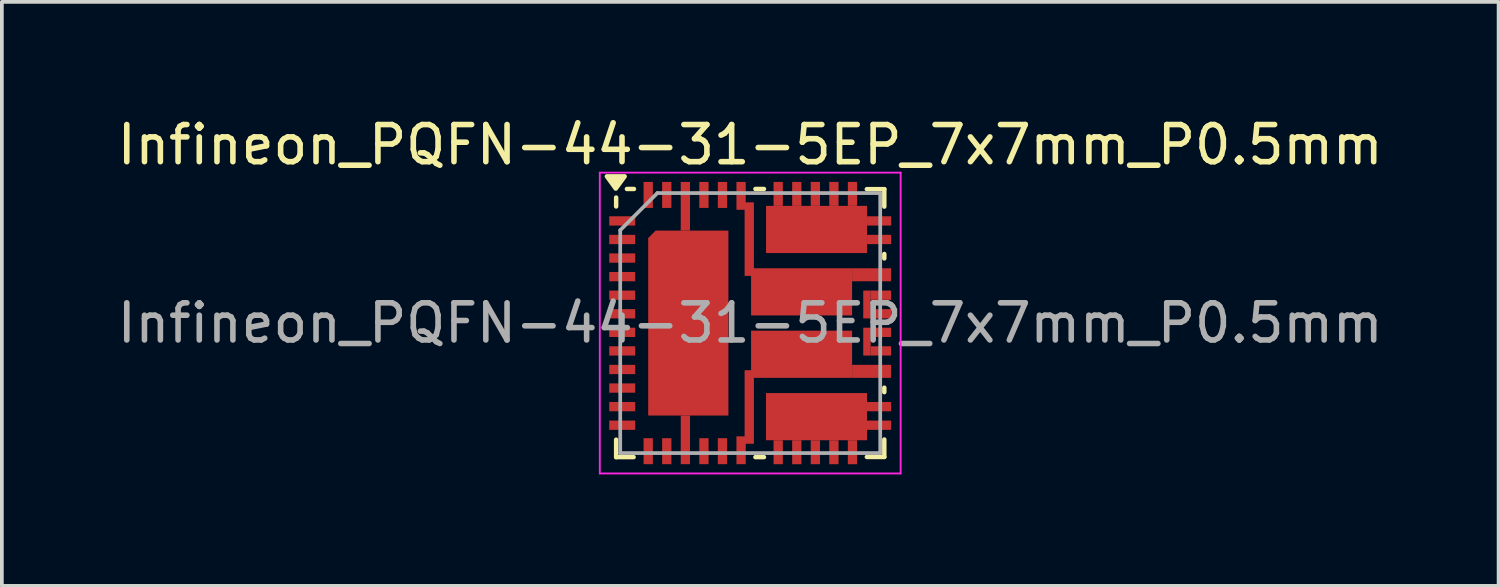
<source format=kicad_pcb>
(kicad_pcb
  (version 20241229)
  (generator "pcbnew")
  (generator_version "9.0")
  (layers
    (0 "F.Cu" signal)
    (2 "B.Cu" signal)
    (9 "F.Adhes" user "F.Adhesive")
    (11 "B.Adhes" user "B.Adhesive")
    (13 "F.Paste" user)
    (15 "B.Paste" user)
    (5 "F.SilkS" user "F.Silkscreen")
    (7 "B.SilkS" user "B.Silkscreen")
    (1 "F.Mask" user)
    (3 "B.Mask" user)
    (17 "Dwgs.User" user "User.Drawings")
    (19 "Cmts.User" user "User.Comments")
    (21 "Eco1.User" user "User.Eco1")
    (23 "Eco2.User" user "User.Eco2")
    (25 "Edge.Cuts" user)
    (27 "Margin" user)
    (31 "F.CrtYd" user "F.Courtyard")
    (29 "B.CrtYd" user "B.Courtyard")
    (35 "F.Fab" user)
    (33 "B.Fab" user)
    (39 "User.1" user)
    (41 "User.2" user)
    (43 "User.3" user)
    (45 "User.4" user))
  (footprint "Infineon_PQFN-44-31-5EP_7x7mm_P0.5mm"
    (layer "F.Cu")
    (at 17.149 5.648)
    (property "Reference" "Infineon_PQFN-44-31-5EP_7x7mm_P0.5mm" (at 0 -4.8 0) (layer "F.SilkS") (effects (font (size 1 1) (thickness 0.15))))
    (attr smd)
    (fp_line (start -3.61 -3.38) (end -3.61 -3.14) (stroke (width 0.12) (type solid)) (layer "F.SilkS"))
    (fp_line (start -3.61 3.61) (end -3.61 3.14) (stroke (width 0.12) (type solid)) (layer "F.SilkS"))
    (fp_line (start -3.14 3.61) (end -3.61 3.61) (stroke (width 0.12) (type solid)) (layer "F.SilkS"))
    (fp_line (start -3.13 -3.61) (end -3.32 -3.61) (stroke (width 0.12) (type solid)) (layer "F.SilkS"))
    (fp_line (start 0.14 -3.61) (end 0.37 -3.61) (stroke (width 0.12) (type solid)) (layer "F.SilkS"))
    (fp_line (start 0.14 3.61) (end 0.37 3.61) (stroke (width 0.12) (type solid)) (layer "F.SilkS"))
    (fp_line (start 3.61 -3.605) (end 3.14 -3.605) (stroke (width 0.12) (type solid)) (layer "F.SilkS"))
    (fp_line (start 3.61 -3.605) (end 3.61 -3.135) (stroke (width 0.12) (type solid)) (layer "F.SilkS"))
    (fp_line (start 3.61 -1.86) (end 3.61 -1.74) (stroke (width 0.12) (type solid)) (layer "F.SilkS"))
    (fp_line (start 3.61 1.86) (end 3.61 1.74) (stroke (width 0.12) (type solid)) (layer "F.SilkS"))
    (fp_line (start 3.61 3.135) (end 3.61 3.605) (stroke (width 0.12) (type solid)) (layer "F.SilkS"))
    (fp_line (start 3.61 3.605) (end 3.14 3.605) (stroke (width 0.12) (type solid)) (layer "F.SilkS"))
    (fp_poly (pts (xy -3.62 -3.62) (xy -3.86 -3.95) (xy -3.38 -3.95) (xy -3.62 -3.62)) (stroke (width 0.12) (type solid)) (fill yes) (layer "F.SilkS"))
    (fp_line (start -4.05 -4.05) (end -4.05 4.05) (stroke (width 0.05) (type solid)) (layer "F.CrtYd"))
    (fp_line (start -4.05 4.05) (end 4.05 4.05) (stroke (width 0.05) (type solid)) (layer "F.CrtYd"))
    (fp_line (start 4.05 -4.05) (end -4.05 -4.05) (stroke (width 0.05) (type solid)) (layer "F.CrtYd"))
    (fp_line (start 4.05 4.05) (end 4.05 -4.05) (stroke (width 0.05) (type solid)) (layer "F.CrtYd"))
    (fp_line (start -3.5 3.5) (end -3.5 -2.5) (stroke (width 0.1) (type solid)) (layer "F.Fab"))
    (fp_line (start -2.5 -3.5) (end -3.5 -2.5) (stroke (width 0.1) (type solid)) (layer "F.Fab"))
    (fp_line (start -2.5 -3.5) (end 3.5 -3.5) (stroke (width 0.1) (type solid)) (layer "F.Fab"))
    (fp_line (start 3.5 -3.5) (end 3.5 3.5) (stroke (width 0.1) (type solid)) (layer "F.Fab"))
    (fp_line (start 3.5 3.5) (end -3.5 3.5) (stroke (width 0.1) (type solid)) (layer "F.Fab"))
    (fp_text user "${REFERENCE}" (at 0 0 0) (layer "F.Fab") (effects (font (size 1 1) (thickness 0.15))))
    (pad "" smd rect (at -3.321 -2.75) (size 0.39 0.22) (layers "F.Paste"))
    (pad "" smd rect (at -3.321 -2.25) (size 0.39 0.22) (layers "F.Paste"))
    (pad "" smd rect (at -3.321 -1.75) (size 0.39 0.22) (layers "F.Paste"))
    (pad "" smd rect (at -3.321 -1.25) (size 0.39 0.22) (layers "F.Paste"))
    (pad "" smd rect (at -3.321 -0.75) (size 0.39 0.22) (layers "F.Paste"))
    (pad "" smd rect (at -3.321 -0.25) (size 0.39 0.22) (layers "F.Paste"))
    (pad "" smd rect (at -3.321 0.25) (size 0.39 0.22) (layers "F.Paste"))
    (pad "" smd rect (at -3.321 0.75) (size 0.39 0.22) (layers "F.Paste"))
    (pad "" smd rect (at -3.321 1.25) (size 0.39 0.22) (layers "F.Paste"))
    (pad "" smd rect (at -3.321 1.75) (size 0.39 0.22) (layers "F.Paste"))
    (pad "" smd rect (at -3.321 2.25) (size 0.39 0.22) (layers "F.Paste"))
    (pad "" smd rect (at -3.321 2.75) (size 0.39 0.22) (layers "F.Paste"))
    (pad "" smd rect (at -2.747 -3.325) (size 0.22 0.39) (layers "F.Paste"))
    (pad "" smd rect (at -2.747 3.325) (size 0.22 0.39) (layers "F.Paste"))
    (pad "" smd rect (at -2.247 -3.325) (size 0.22 0.39) (layers "F.Paste"))
    (pad "" smd rect (at -2.247 3.325) (size 0.22 0.39) (layers "F.Paste"))
    (pad "" smd rect (at -2.207 -1.76) (size 0.77 0.93) (layers "F.Mask" "F.Paste"))
    (pad "" smd rect (at -2.207 -0.52) (size 0.77 0.93) (layers "F.Mask" "F.Paste"))
    (pad "" smd rect (at -2.207 0.72) (size 0.77 0.93) (layers "F.Mask" "F.Paste"))
    (pad "" smd rect (at -2.207 1.96) (size 0.77 0.93) (layers "F.Mask" "F.Paste"))
    (pad "" smd rect (at -1.746 -3.015) (size 0.23 1.01) (layers "F.Paste"))
    (pad "" smd rect (at -1.746 3.015) (size 0.23 1.01) (layers "F.Paste"))
    (pad "" smd rect (at -1.246 -3.325) (size 0.22 0.39) (layers "F.Paste"))
    (pad "" smd rect (at -1.246 3.325) (size 0.22 0.39) (layers "F.Paste"))
    (pad "" smd rect (at -1.127 -1.76) (size 0.77 0.93) (layers "F.Mask" "F.Paste"))
    (pad "" smd rect (at -1.127 -0.52) (size 0.77 0.93) (layers "F.Mask" "F.Paste"))
    (pad "" smd rect (at -1.127 0.72) (size 0.77 0.93) (layers "F.Mask" "F.Paste"))
    (pad "" smd rect (at -1.127 1.96) (size 0.77 0.93) (layers "F.Mask" "F.Paste"))
    (pad "" smd rect (at -0.747 -3.325) (size 0.22 0.39) (layers "F.Paste"))
    (pad "" smd rect (at -0.747 3.325) (size 0.22 0.39) (layers "F.Paste"))
    (pad "" smd rect (at -0.246 -3.28) (size 0.23 0.44) (layers "F.Paste"))
    (pad "" smd rect (at -0.246 3.28) (size 0.23 0.44) (layers "F.Paste"))
    (pad "" smd rect (at -0.026 -3.07) (size 0.21 0.34) (layers "F.Paste"))
    (pad "" smd rect (at -0.026 -2.37) (size 0.21 0.34) (layers "F.Paste"))
    (pad "" smd rect (at -0.026 -1.67) (size 0.21 0.34) (layers "F.Paste"))
    (pad "" smd rect (at -0.026 1.67) (size 0.21 0.34) (layers "F.Paste"))
    (pad "" smd rect (at -0.026 2.37) (size 0.21 0.34) (layers "F.Paste"))
    (pad "" smd rect (at -0.026 3.07) (size 0.21 0.34) (layers "F.Paste"))
    (pad "" smd rect (at 0.473 -0.84) (size 0.68 0.9) (layers "F.Mask" "F.Paste"))
    (pad "" smd rect (at 0.473 0.84) (size 0.68 0.9) (layers "F.Mask" "F.Paste"))
    (pad "" smd rect (at 0.753 -3.325) (size 0.22 0.35) (layers "F.Mask" "F.Paste"))
    (pad "" smd rect (at 0.753 3.325) (size 0.22 0.35) (layers "F.Mask" "F.Paste"))
    (pad "" smd rect (at 0.876 -2.515) (size 0.65 0.9) (layers "F.Mask" "F.Paste"))
    (pad "" smd rect (at 0.876 2.515) (size 0.65 0.9) (layers "F.Mask" "F.Paste"))
    (pad "" smd rect (at 1.254 -3.325) (size 0.22 0.35) (layers "F.Mask" "F.Paste"))
    (pad "" smd rect (at 1.254 3.325) (size 0.22 0.35) (layers "F.Mask" "F.Paste"))
    (pad "" smd rect (at 1.383 -0.84) (size 0.68 0.9) (layers "F.Mask" "F.Paste"))
    (pad "" smd rect (at 1.383 0.84) (size 0.68 0.9) (layers "F.Mask" "F.Paste"))
    (pad "" smd rect (at 1.754 -3.325) (size 0.22 0.35) (layers "F.Mask" "F.Paste"))
    (pad "" smd rect (at 1.754 3.325) (size 0.22 0.35) (layers "F.Mask" "F.Paste"))
    (pad "" smd rect (at 1.786 -2.515) (size 0.65 0.9) (layers "F.Mask" "F.Paste"))
    (pad "" smd rect (at 1.786 2.515) (size 0.65 0.9) (layers "F.Mask" "F.Paste"))
    (pad "" smd rect (at 2.253 -3.325) (size 0.22 0.35) (layers "F.Mask" "F.Paste"))
    (pad "" smd rect (at 2.253 3.325) (size 0.22 0.35) (layers "F.Mask" "F.Paste"))
    (pad "" smd rect (at 2.293 -0.84) (size 0.68 0.9) (layers "F.Mask" "F.Paste"))
    (pad "" smd rect (at 2.293 0.84) (size 0.68 0.9) (layers "F.Mask" "F.Paste"))
    (pad "" smd rect (at 2.696 -2.515) (size 0.65 0.9) (layers "F.Mask" "F.Paste"))
    (pad "" smd rect (at 2.696 2.515) (size 0.65 0.9) (layers "F.Mask" "F.Paste"))
    (pad "" smd rect (at 2.753 -3.325) (size 0.22 0.35) (layers "F.Mask" "F.Paste"))
    (pad "" smd rect (at 2.753 3.325) (size 0.22 0.35) (layers "F.Mask" "F.Paste"))
    (pad "" smd rect (at 3.163 -1.3) (size 0.68 0.22) (layers "F.Mask" "F.Paste"))
    (pad "" smd rect (at 3.163 1.3) (size 0.68 0.22) (layers "F.Mask" "F.Paste"))
    (pad "" smd rect (at 3.284 -0.75) (size 0.44 0.22) (layers "F.Mask" "F.Paste"))
    (pad "" smd rect (at 3.284 -0.25) (size 0.44 0.22) (layers "F.Mask" "F.Paste"))
    (pad "" smd rect (at 3.284 0.25) (size 0.44 0.22) (layers "F.Mask" "F.Paste"))
    (pad "" smd rect (at 3.284 0.75) (size 0.44 0.22) (layers "F.Mask" "F.Paste"))
    (pad "" smd rect (at 3.364 -2.75) (size 0.28 0.22) (layers "F.Mask" "F.Paste"))
    (pad "" smd rect (at 3.364 -2.25) (size 0.28 0.22) (layers "F.Mask" "F.Paste"))
    (pad "" smd rect (at 3.364 2.25) (size 0.28 0.22) (layers "F.Mask" "F.Paste"))
    (pad "" smd rect (at 3.364 2.75) (size 0.28 0.22) (layers "F.Mask" "F.Paste"))
    (pad "1" smd rect (at -3.446 -2.75) (size 0.7 0.25) (layers "F.Cu" "F.Mask"))
    (pad "2" smd rect (at -3.446 -2.25) (size 0.7 0.25) (layers "F.Cu" "F.Mask"))
    (pad "3" smd rect (at -3.446 -1.75) (size 0.7 0.25) (layers "F.Cu" "F.Mask"))
    (pad "4" smd rect (at -3.446 -1.25) (size 0.7 0.25) (layers "F.Cu" "F.Mask"))
    (pad "5" smd rect (at -3.446 -0.75) (size 0.7 0.25) (layers "F.Cu" "F.Mask"))
    (pad "6" smd rect (at -3.446 -0.25) (size 0.7 0.25) (layers "F.Cu" "F.Mask"))
    (pad "7" smd rect (at -3.446 0.25) (size 0.7 0.25) (layers "F.Cu" "F.Mask"))
    (pad "8" smd rect (at -3.446 0.75) (size 0.7 0.25) (layers "F.Cu" "F.Mask"))
    (pad "9" smd rect (at -3.446 1.25) (size 0.7 0.25) (layers "F.Cu" "F.Mask"))
    (pad "10" smd rect (at -3.446 1.75) (size 0.7 0.25) (layers "F.Cu" "F.Mask"))
    (pad "11" smd rect (at -3.446 2.25) (size 0.7 0.25) (layers "F.Cu" "F.Mask"))
    (pad "12" smd rect (at -3.446 2.75) (size 0.7 0.25) (layers "F.Cu" "F.Mask"))
    (pad "13" smd rect (at -2.747 3.45) (size 0.25 0.7) (layers "F.Cu" "F.Mask"))
    (pad "14" smd rect (at -2.247 3.45) (size 0.25 0.7) (layers "F.Cu" "F.Mask"))
    (pad "16" smd rect (at -1.246 3.45) (size 0.25 0.7) (layers "F.Cu" "F.Mask"))
    (pad "17" smd rect (at -0.747 3.45) (size 0.25 0.7) (layers "F.Cu" "F.Mask"))
    (pad "19" smd rect (at 0.753 3.478) (size 0.25 0.645) (layers "F.Cu" "F.Mask"))
    (pad "19" smd rect (at 1.254 3.478) (size 0.25 0.645) (layers "F.Cu" "F.Mask"))
    (pad "19" smd rect (at 1.754 3.478) (size 0.25 0.645) (layers "F.Cu" "F.Mask"))
    (pad "19" smd rect (at 1.784 2.52) (size 2.72 1.27) (layers "F.Cu" "F.Mask"))
    (pad "19" smd rect (at 2.253 3.478) (size 0.25 0.645) (layers "F.Cu" "F.Mask"))
    (pad "19" smd rect (at 2.753 3.478) (size 0.25 0.645) (layers "F.Cu" "F.Mask"))
    (pad "19" smd rect (at 3.469 2.25) (size 0.65 0.25) (layers "F.Cu" "F.Mask"))
    (pad "19" smd rect (at 3.469 2.75) (size 0.65 0.25) (layers "F.Cu" "F.Mask"))
    (pad "20" smd rect (at -0.246 3.425) (size 0.25 0.75) (layers "F.Cu" "F.Mask"))
    (pad "20" smd rect (at -0.026 2.26) (size 0.25 1.98) (layers "F.Cu" "F.Mask"))
    (pad "20" smd rect (at 1.383 0.84) (size 2.72 1.27) (layers "F.Cu" "F.Mask"))
    (pad "20" smd rect (at 3.268 1.3) (size 1.05 0.35) (layers "F.Cu" "F.Mask"))
    (pad "21" smd rect (at 3.143 0.5) (size 0.2 0.75) (layers "F.Cu" "F.Mask"))
    (pad "21" smd rect (at 3.518 0.25) (size 0.55 0.25) (layers "F.Cu" "F.Mask"))
    (pad "21" smd rect (at 3.518 0.75) (size 0.55 0.25) (layers "F.Cu" "F.Mask"))
    (pad "22" smd rect (at 3.143 -0.5) (size 0.2 0.75) (layers "F.Cu" "F.Mask"))
    (pad "22" smd rect (at 3.518 -0.75) (size 0.55 0.25) (layers "F.Cu" "F.Mask"))
    (pad "22" smd rect (at 3.518 -0.25) (size 0.55 0.25) (layers "F.Cu" "F.Mask"))
    (pad "23" smd rect (at -0.246 -3.425) (size 0.25 0.75) (layers "F.Cu" "F.Mask"))
    (pad "23" smd rect (at -0.026 -2.26) (size 0.25 1.98) (layers "F.Cu" "F.Mask"))
    (pad "23" smd rect (at 1.383 -0.84) (size 2.72 1.27) (layers "F.Cu" "F.Mask"))
    (pad "23" smd rect (at 3.268 -1.3) (size 1.05 0.35) (layers "F.Cu" "F.Mask"))
    (pad "24" smd rect (at 0.753 -3.478) (size 0.25 0.645) (layers "F.Cu" "F.Mask"))
    (pad "24" smd rect (at 1.254 -3.478) (size 0.25 0.645) (layers "F.Cu" "F.Mask"))
    (pad "24" smd rect (at 1.754 -3.478) (size 0.25 0.645) (layers "F.Cu" "F.Mask"))
    (pad "24" smd rect (at 1.786 -2.52) (size 2.72 1.27) (layers "F.Cu" "F.Mask"))
    (pad "24" smd rect (at 2.253 -3.478) (size 0.25 0.645) (layers "F.Cu" "F.Mask"))
    (pad "24" smd rect (at 2.753 -3.478) (size 0.25 0.645) (layers "F.Cu" "F.Mask"))
    (pad "24" smd rect (at 3.471 -2.75) (size 0.65 0.25) (layers "F.Cu" "F.Mask"))
    (pad "24" smd rect (at 3.471 -2.25) (size 0.65 0.25) (layers "F.Cu" "F.Mask"))
    (pad "26" smd rect (at -0.747 -3.45) (size 0.25 0.7) (layers "F.Cu" "F.Mask"))
    (pad "27" smd rect (at -1.246 -3.45) (size 0.25 0.7) (layers "F.Cu" "F.Mask"))
    (pad "29" smd rect (at -2.247 -3.45) (size 0.25 0.7) (layers "F.Cu" "F.Mask"))
    (pad "30" smd rect (at -2.747 -3.45) (size 0.25 0.7) (layers "F.Cu" "F.Mask"))
    (pad "31" smd rect (at -2.546 -2.29 45) (size 0.283 0.283) (layers "F.Cu" "F.Mask"))
    (pad "31" smd rect (at -1.746 -3.145) (size 0.25 1.31) (layers "F.Cu" "F.Mask"))
    (pad "31" smd rect (at -1.746 3.145) (size 0.25 1.31) (layers "F.Cu" "F.Mask"))
    (pad "31" smd rect (at -1.667 0.1) (size 2.16 4.78) (layers "F.Cu" "F.Mask"))
    (pad "31" smd rect (at -1.567 -2.39) (size 1.96 0.2) (layers "F.Cu" "F.Mask")))
  (gr_rect
    (start -3 -3)
    (end 37.298 12.723)
    (stroke (width 0.1) (type default))
    (fill no)
    (layer "Edge.Cuts")))
</source>
